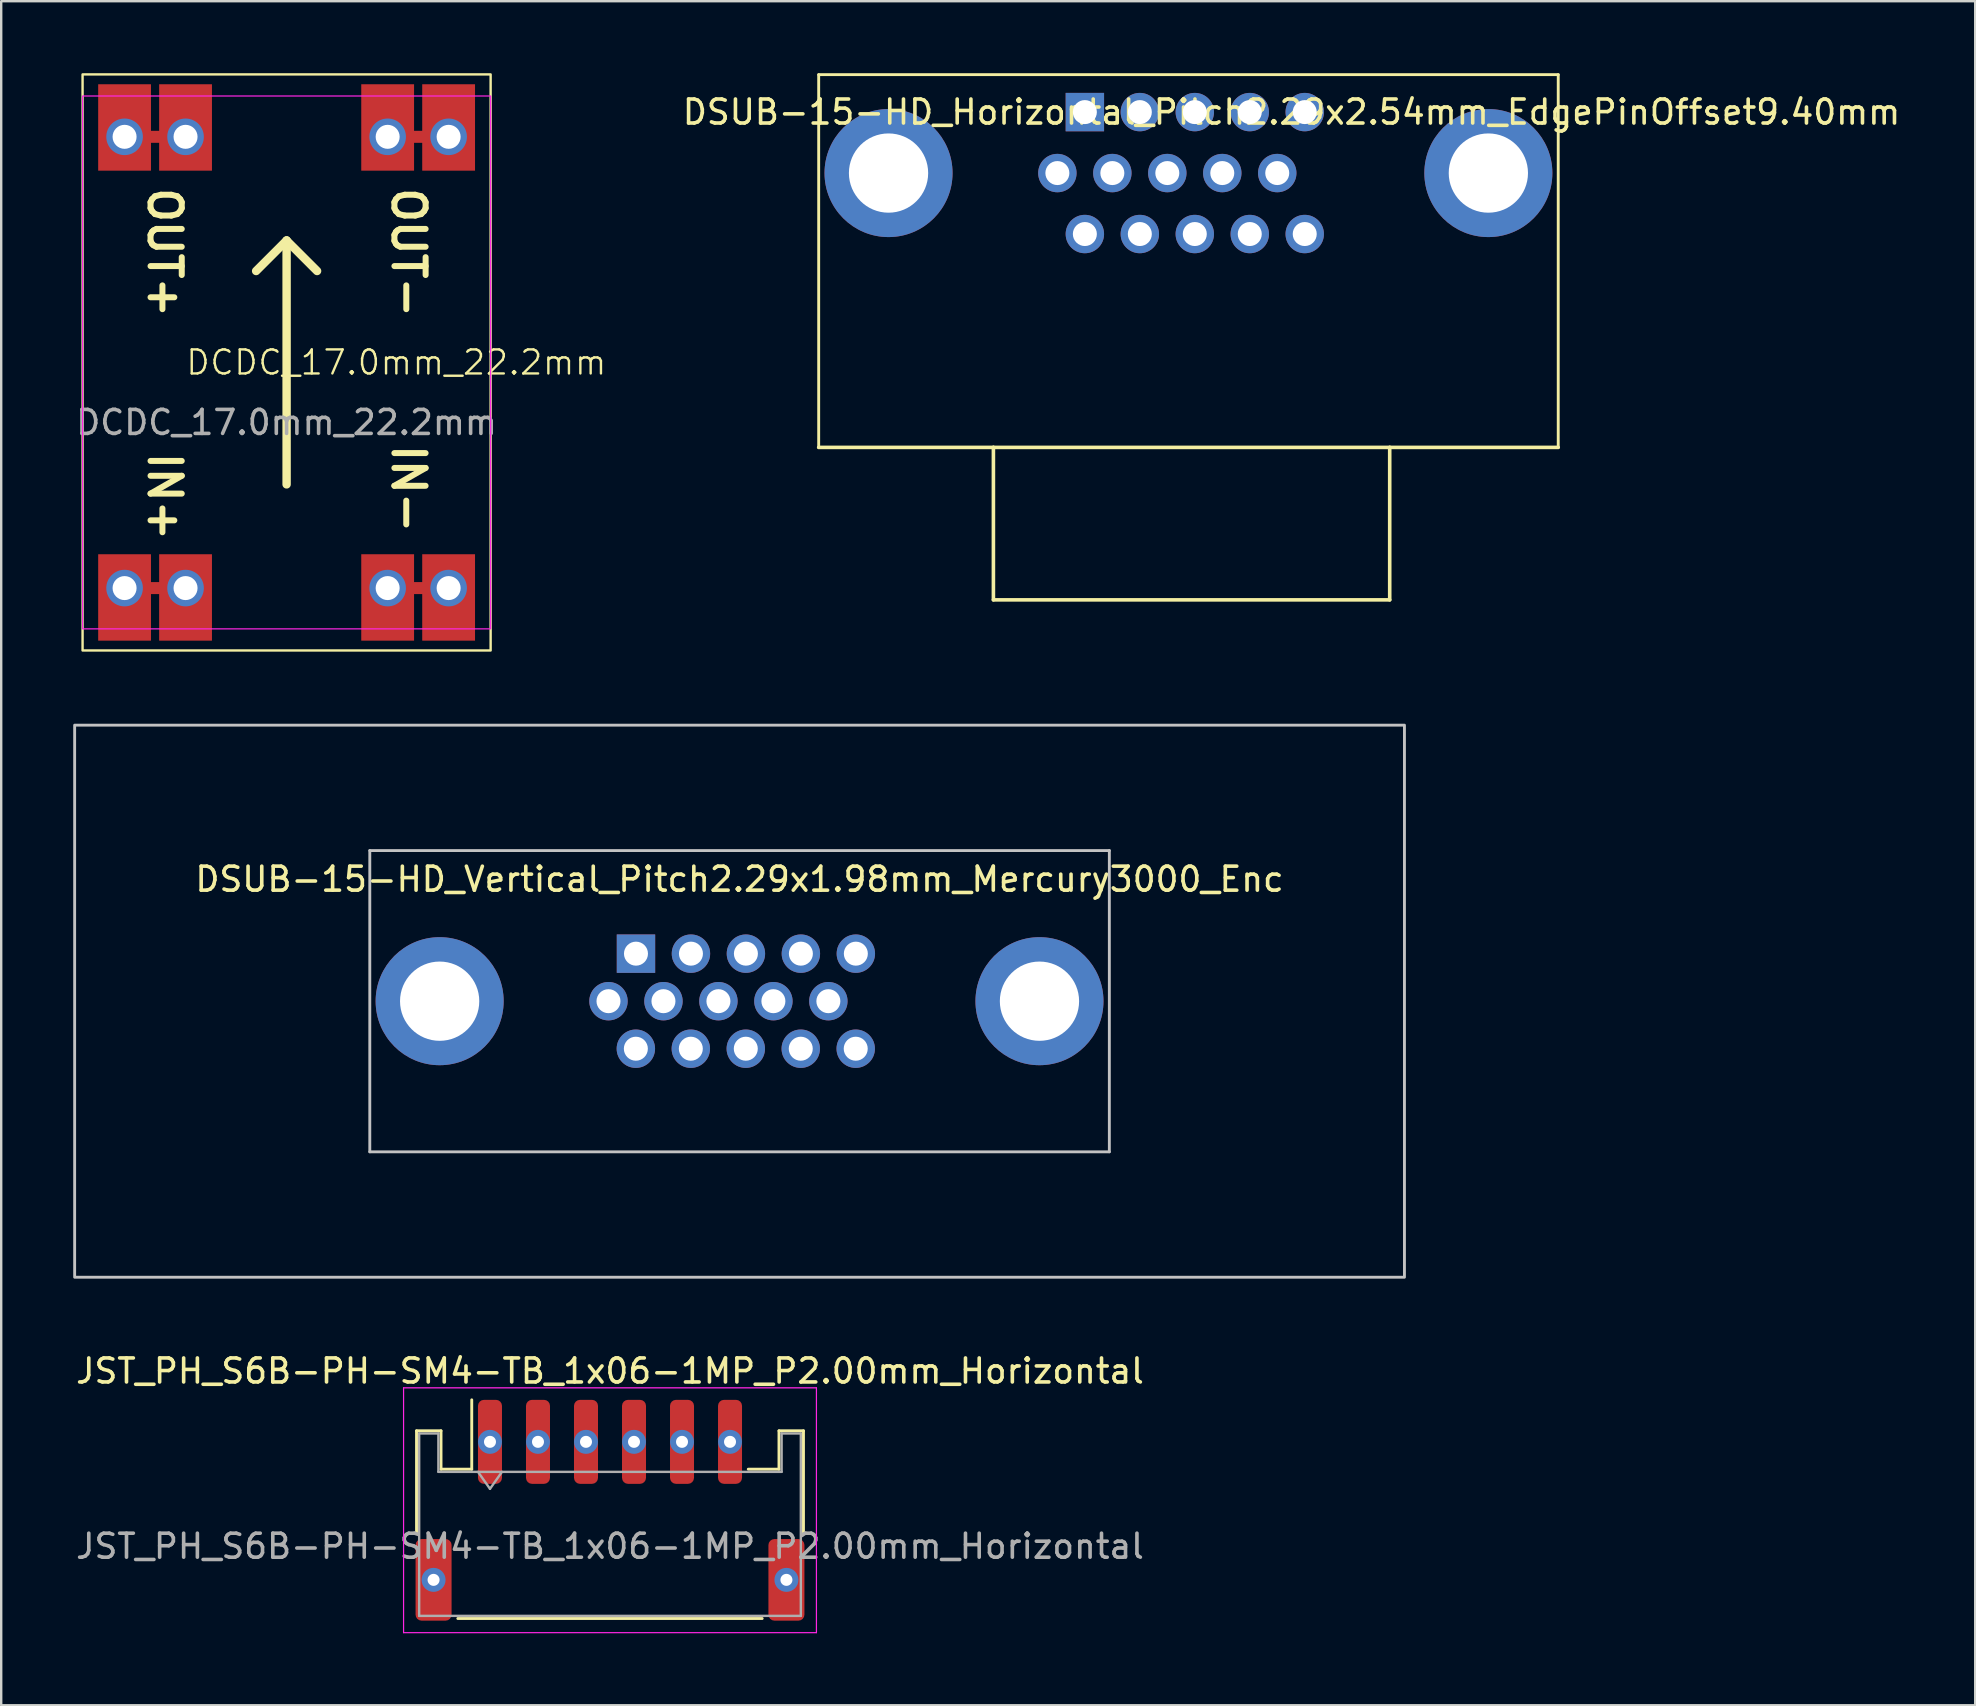
<source format=kicad_pcb>
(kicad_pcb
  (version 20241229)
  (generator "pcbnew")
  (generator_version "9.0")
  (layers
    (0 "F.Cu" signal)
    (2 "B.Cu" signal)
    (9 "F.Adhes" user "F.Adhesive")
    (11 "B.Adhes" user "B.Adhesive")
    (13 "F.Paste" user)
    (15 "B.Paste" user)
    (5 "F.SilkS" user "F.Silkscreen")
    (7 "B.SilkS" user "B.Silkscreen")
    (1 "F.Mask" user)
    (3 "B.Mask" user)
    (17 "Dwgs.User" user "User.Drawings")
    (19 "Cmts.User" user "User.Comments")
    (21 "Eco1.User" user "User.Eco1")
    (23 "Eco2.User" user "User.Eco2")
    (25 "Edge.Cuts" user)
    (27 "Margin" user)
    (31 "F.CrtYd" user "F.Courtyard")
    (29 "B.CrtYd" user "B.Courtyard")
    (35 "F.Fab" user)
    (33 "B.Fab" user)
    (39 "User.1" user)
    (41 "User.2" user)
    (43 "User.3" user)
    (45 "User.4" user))
  (footprint "DSUB-15-HD_Horizontal_Pitch2.29x2.54mm_EdgePinOffset9.40mm"
    (layer "F.Cu")
    (at 46.441 4.16)
    (property "Reference" "DSUB-15-HD_Horizontal_Pitch2.29x2.54mm_EdgePinOffset9.40mm" (at 4.315 -2.54 0) (layer "F.SilkS") (effects (font (size 1 1) (thickness 0.15))))
    (attr through_hole)
    (fp_line (start -15.384 -4.1) (end 15.426 -4.1) (stroke (width 0.12) (type solid)) (layer "F.SilkS"))
    (fp_line (start -15.384 11.43) (end -15.384 -4.1) (stroke (width 0.12) (type solid)) (layer "F.SilkS"))
    (fp_line (start -15.384 11.43) (end -8.105 11.43) (stroke (width 0.15) (type solid)) (layer "F.SilkS"))
    (fp_line (start -8.105 11.43) (end -8.105 17.78) (stroke (width 0.15) (type solid)) (layer "F.SilkS"))
    (fp_line (start -8.105 11.43) (end 8.405 11.43) (stroke (width 0.15) (type solid)) (layer "F.SilkS"))
    (fp_line (start -8.105 17.78) (end 8.405 17.78) (stroke (width 0.15) (type solid)) (layer "F.SilkS"))
    (fp_line (start 8.405 11.43) (end 15.426 11.43) (stroke (width 0.15) (type solid)) (layer "F.SilkS"))
    (fp_line (start 8.405 17.78) (end 8.405 11.43) (stroke (width 0.15) (type solid)) (layer "F.SilkS"))
    (fp_line (start 15.426 -4.1) (end 15.426 11.43) (stroke (width 0.12) (type solid)) (layer "F.SilkS"))
    (pad "" thru_hole circle (at -12.474 0) (size 5.334 5.334) (drill 3.302) (layers "*.Cu" "*.Mask"))
    (pad "" thru_hole circle (at 12.515 0) (size 5.334 5.334) (drill 3.302) (layers "*.Cu" "*.Mask"))
    (pad "1" thru_hole rect (at -4.295 -2.54) (size 1.6 1.6) (drill 1) (layers "*.Cu" "*.Mask"))
    (pad "2" thru_hole circle (at -2.005 -2.54) (size 1.6 1.6) (drill 1) (layers "*.Cu" "*.Mask"))
    (pad "3" thru_hole circle (at 0.285 -2.54) (size 1.6 1.6) (drill 1) (layers "*.Cu" "*.Mask"))
    (pad "4" thru_hole circle (at 2.575 -2.54) (size 1.6 1.6) (drill 1) (layers "*.Cu" "*.Mask"))
    (pad "5" thru_hole circle (at 4.865 -2.54) (size 1.6 1.6) (drill 1) (layers "*.Cu" "*.Mask"))
    (pad "6" thru_hole circle (at -5.44 0) (size 1.6 1.6) (drill 1) (layers "*.Cu" "*.Mask"))
    (pad "7" thru_hole circle (at -3.15 0) (size 1.6 1.6) (drill 1) (layers "*.Cu" "*.Mask"))
    (pad "8" thru_hole circle (at -0.86 0) (size 1.6 1.6) (drill 1) (layers "*.Cu" "*.Mask"))
    (pad "9" thru_hole circle (at 1.43 0) (size 1.6 1.6) (drill 1) (layers "*.Cu" "*.Mask"))
    (pad "10" thru_hole circle (at 3.72 0) (size 1.6 1.6) (drill 1) (layers "*.Cu" "*.Mask"))
    (pad "11" thru_hole circle (at -4.295 2.54) (size 1.6 1.6) (drill 1) (layers "*.Cu" "*.Mask"))
    (pad "12" thru_hole circle (at -2.005 2.54) (size 1.6 1.6) (drill 1) (layers "*.Cu" "*.Mask"))
    (pad "13" thru_hole circle (at 0.285 2.54) (size 1.6 1.6) (drill 1) (layers "*.Cu" "*.Mask"))
    (pad "14" thru_hole circle (at 2.575 2.54) (size 1.6 1.6) (drill 1) (layers "*.Cu" "*.Mask"))
    (pad "15" thru_hole circle (at 4.865 2.54) (size 1.6 1.6) (drill 1) (layers "*.Cu" "*.Mask")))
  (footprint "DSUB-15-HD_Vertical_Pitch2.29x1.98mm_Mercury3000_Enc"
    (layer "F.Cu")
    (at 27.76 38.66)
    (property "Reference" "DSUB-15-HD_Vertical_Pitch2.29x1.98mm_Mercury3000_Enc" (at 0 -5.08 0) (layer "F.SilkS") (effects (font (size 1 1) (thickness 0.15))))
    (attr through_hole)
    (fp_line (start -15.404 -6.275) (end 15.406 -6.275) (stroke (width 0.12) (type solid)) (layer "Dwgs.User"))
    (fp_line (start -15.404 6.275) (end -15.404 -6.275) (stroke (width 0.12) (type solid)) (layer "Dwgs.User"))
    (fp_line (start -15.404 6.275) (end 15.406 6.275) (stroke (width 0.12) (type solid)) (layer "Dwgs.User"))
    (fp_line (start 15.406 -6.275) (end 15.406 6.275) (stroke (width 0.12) (type solid)) (layer "Dwgs.User"))
    (fp_rect (start -27.7 -11.5) (end 27.7 11.5) (stroke (width 0.12) (type default)) (fill no) (layer "Dwgs.User"))
    (pad "" thru_hole circle (at -12.494 0) (size 5.334 5.334) (drill 3.302) (layers "*.Cu" "*.Mask"))
    (pad "" thru_hole circle (at 12.495 0) (size 5.334 5.334) (drill 3.302) (layers "*.Cu" "*.Mask"))
    (pad "1" thru_hole rect (at -4.315 -1.98) (size 1.6 1.6) (drill 1) (layers "*.Cu" "*.Mask"))
    (pad "2" thru_hole circle (at -2.025 -1.98) (size 1.6 1.6) (drill 1) (layers "*.Cu" "*.Mask"))
    (pad "3" thru_hole circle (at 0.265 -1.98) (size 1.6 1.6) (drill 1) (layers "*.Cu" "*.Mask"))
    (pad "4" thru_hole circle (at 2.555 -1.98) (size 1.6 1.6) (drill 1) (layers "*.Cu" "*.Mask"))
    (pad "5" thru_hole circle (at 4.845 -1.98) (size 1.6 1.6) (drill 1) (layers "*.Cu" "*.Mask"))
    (pad "6" thru_hole circle (at -5.46 0) (size 1.6 1.6) (drill 1) (layers "*.Cu" "*.Mask"))
    (pad "7" thru_hole circle (at -3.17 0) (size 1.6 1.6) (drill 1) (layers "*.Cu" "*.Mask"))
    (pad "8" thru_hole circle (at -0.88 0) (size 1.6 1.6) (drill 1) (layers "*.Cu" "*.Mask"))
    (pad "9" thru_hole circle (at 1.41 0) (size 1.6 1.6) (drill 1) (layers "*.Cu" "*.Mask"))
    (pad "10" thru_hole circle (at 3.7 0) (size 1.6 1.6) (drill 1) (layers "*.Cu" "*.Mask"))
    (pad "11" thru_hole circle (at -4.32 1.98) (size 1.6 1.6) (drill 1) (layers "*.Cu" "*.Mask"))
    (pad "12" thru_hole circle (at -2.03 1.98) (size 1.6 1.6) (drill 1) (layers "*.Cu" "*.Mask"))
    (pad "13" thru_hole circle (at 0.26 1.98) (size 1.6 1.6) (drill 1) (layers "*.Cu" "*.Mask"))
    (pad "14" thru_hole circle (at 2.55 1.98) (size 1.6 1.6) (drill 1) (layers "*.Cu" "*.Mask"))
    (pad "15" thru_hole circle (at 4.84 1.98) (size 1.6 1.6) (drill 1) (layers "*.Cu" "*.Mask")))
  (footprint "DCDC_17.0mm_22.2mm"
    (layer "F.Cu")
    (at 8.89 12.05)
    (property "Reference" "DCDC_17.0mm_22.2mm" (at 4.572 0 0) (unlocked yes) (layer "F.SilkS") (effects (font (size 1 1) (thickness 0.1))))
    (fp_line (start 0 -5.08) (end -1.27 -3.81) (stroke (width 0.35) (type default)) (layer "F.SilkS"))
    (fp_line (start 0 5.08) (end 0 -5.08) (stroke (width 0.35) (type default)) (layer "F.SilkS"))
    (fp_line (start 1.27 -3.81) (end 0 -5.08) (stroke (width 0.35) (type default)) (layer "F.SilkS"))
    (fp_rect (start -8.5 -12) (end 8.5 12) (stroke (width 0.1) (type default)) (fill no) (layer "F.SilkS"))
    (fp_rect (start -8.5 -11.1) (end 8.5 11.1) (stroke (width 0.05) (type default)) (fill no) (layer "F.CrtYd"))
    (fp_text user "OUT+" (at -5.08 -4.572 270) (unlocked yes) (layer "F.SilkS") (effects (font (size 1.3 1.3) (thickness 0.25) (bold yes))))
    (fp_text user "OUT-" (at 5.08 -4.572 270) (unlocked yes) (layer "F.SilkS") (effects (font (size 1.3 1.3) (thickness 0.25) (bold yes))))
    (fp_text user "IN+" (at -5.08 5.588 270) (unlocked yes) (layer "F.SilkS") (effects (font (size 1.3 1.3) (thickness 0.25) (bold yes))))
    (fp_text user "IN-" (at 4.318 3.302 270) (unlocked yes) (layer "F.SilkS") (effects (font (size 1.3 1.3) (thickness 0.25) (bold yes)) (justify left bottom)))
    (fp_text user "${REFERENCE}" (at 0 2.5 0) (unlocked yes) (layer "F.Fab") (effects (font (size 1 1) (thickness 0.15))))
    (pad "1" smd rect (at 4.21 8.89 180) (size 2.2 3.6) (drill (offset 0 -0.9)) (layers "F.Cu" "F.Mask" "F.Paste"))
    (pad "1" thru_hole circle (at 4.21 9.4) (size 1.524 1.524) (drill 1) (layers "*.Cu" "*.Mask"))
    (pad "1" smd rect (at 5.08 9.4) (size 2.54 0.5) (layers "F.Cu"))
    (pad "1" smd rect (at 6.75 8.89 180) (size 2.2 3.6) (drill (offset 0 -0.9)) (layers "F.Cu" "F.Mask" "F.Paste"))
    (pad "1" thru_hole circle (at 6.75 9.4) (size 1.524 1.524) (drill 1) (layers "*.Cu" "*.Mask"))
    (pad "2" smd rect (at -6.75 8.89 180) (size 2.2 3.6) (drill (offset 0 -0.9)) (layers "F.Cu" "F.Mask" "F.Paste"))
    (pad "2" thru_hole circle (at -6.75 9.4) (size 1.524 1.524) (drill 1) (layers "*.Cu" "*.Mask"))
    (pad "2" smd rect (at -5.08 9.4) (size 2.54 0.5) (layers "F.Cu"))
    (pad "2" smd rect (at -4.21 8.89 180) (size 2.2 3.6) (drill (offset 0 -0.9)) (layers "F.Cu" "F.Mask" "F.Paste"))
    (pad "2" thru_hole circle (at -4.21 9.4) (size 1.524 1.524) (drill 1) (layers "*.Cu" "*.Mask"))
    (pad "3" thru_hole circle (at 4.21 -9.4) (size 1.524 1.524) (drill 1) (layers "*.Cu" "*.Mask"))
    (pad "3" smd rect (at 4.21 -8.89) (size 2.2 3.6) (drill (offset 0 -0.9)) (layers "F.Cu" "F.Mask" "F.Paste"))
    (pad "3" smd rect (at 5.08 -9.4) (size 2.54 0.5) (layers "F.Cu"))
    (pad "3" thru_hole circle (at 6.75 -9.4) (size 1.524 1.524) (drill 1) (layers "*.Cu" "*.Mask"))
    (pad "3" smd rect (at 6.75 -8.89) (size 2.2 3.6) (drill (offset 0 -0.9)) (layers "F.Cu" "F.Mask" "F.Paste"))
    (pad "4" thru_hole circle (at -6.75 -9.4) (size 1.524 1.524) (drill 1) (layers "*.Cu" "*.Mask"))
    (pad "4" smd rect (at -6.75 -8.89) (size 2.2 3.6) (drill (offset 0 -0.9)) (layers "F.Cu" "F.Mask" "F.Paste"))
    (pad "4" smd rect (at -5.08 -9.4) (size 2.54 0.5) (layers "F.Cu"))
    (pad "4" thru_hole circle (at -4.21 -9.4) (size 1.524 1.524) (drill 1) (layers "*.Cu" "*.Mask"))
    (pad "4" smd rect (at -4.21 -8.89) (size 2.2 3.6) (drill (offset 0 -0.9)) (layers "F.Cu" "F.Mask" "F.Paste"))
    (zone (net_name "") (layer "F.Cu") (hatch edge 0.5) (connect_pads) (min_thickness 0.25) (filled_areas_thickness no) (keepout (tracks allowed) (vias allowed) (pads allowed) (copperpour not_allowed) (footprints allowed)) (placement (enabled no)) (fill) (polygon (pts (xy 0 0.62) (xy 17.78 0.62) (xy 17.78 23.48) (xy 0 23.48)))))
  (footprint "JST_PH_S6B-PH-SM4-TB_1x06-1MP_P2.00mm_Horizontal"
    (layer "F.Cu")
    (at 22.363 59.868)
    (property "Reference" "JST_PH_S6B-PH-SM4-TB_1x06-1MP_P2.00mm_Horizontal" (at 0 -5.8 0) (layer "F.SilkS") (effects (font (size 1 1) (thickness 0.15))))
    (fp_line (start -8.06 -3.31) (end -7.04 -3.31) (stroke (width 0.12) (type solid)) (layer "F.SilkS"))
    (fp_line (start -8.06 0.94) (end -8.06 -3.31) (stroke (width 0.12) (type solid)) (layer "F.SilkS"))
    (fp_line (start -7.04 -3.31) (end -7.04 -1.71) (stroke (width 0.12) (type solid)) (layer "F.SilkS"))
    (fp_line (start -7.04 -1.71) (end -5.76 -1.71) (stroke (width 0.12) (type solid)) (layer "F.SilkS"))
    (fp_line (start -6.34 4.51) (end 6.34 4.51) (stroke (width 0.12) (type solid)) (layer "F.SilkS"))
    (fp_line (start -5.76 -1.71) (end -5.76 -4.6) (stroke (width 0.12) (type solid)) (layer "F.SilkS"))
    (fp_line (start 7.04 -3.31) (end 7.04 -1.71) (stroke (width 0.12) (type solid)) (layer "F.SilkS"))
    (fp_line (start 7.04 -1.71) (end 5.76 -1.71) (stroke (width 0.12) (type solid)) (layer "F.SilkS"))
    (fp_line (start 8.06 -3.31) (end 7.04 -3.31) (stroke (width 0.12) (type solid)) (layer "F.SilkS"))
    (fp_line (start 8.06 0.94) (end 8.06 -3.31) (stroke (width 0.12) (type solid)) (layer "F.SilkS"))
    (fp_line (start -8.6 -5.1) (end -8.6 5.1) (stroke (width 0.05) (type solid)) (layer "F.CrtYd"))
    (fp_line (start -8.6 5.1) (end 8.6 5.1) (stroke (width 0.05) (type solid)) (layer "F.CrtYd"))
    (fp_line (start 8.6 -5.1) (end -8.6 -5.1) (stroke (width 0.05) (type solid)) (layer "F.CrtYd"))
    (fp_line (start 8.6 5.1) (end 8.6 -5.1) (stroke (width 0.05) (type solid)) (layer "F.CrtYd"))
    (fp_line (start -7.95 -3.2) (end -7.95 4.4) (stroke (width 0.1) (type solid)) (layer "F.Fab"))
    (fp_line (start -7.95 -3.2) (end -7.15 -3.2) (stroke (width 0.1) (type solid)) (layer "F.Fab"))
    (fp_line (start -7.95 4.4) (end 7.95 4.4) (stroke (width 0.1) (type solid)) (layer "F.Fab"))
    (fp_line (start -7.15 -3.2) (end -7.15 -1.6) (stroke (width 0.1) (type solid)) (layer "F.Fab"))
    (fp_line (start -7.15 -1.6) (end 7.15 -1.6) (stroke (width 0.1) (type solid)) (layer "F.Fab"))
    (fp_line (start -5.5 -1.6) (end -5 -0.893) (stroke (width 0.1) (type solid)) (layer "F.Fab"))
    (fp_line (start -5 -0.893) (end -4.5 -1.6) (stroke (width 0.1) (type solid)) (layer "F.Fab"))
    (fp_line (start 7.15 -3.2) (end 7.95 -3.2) (stroke (width 0.1) (type solid)) (layer "F.Fab"))
    (fp_line (start 7.15 -1.6) (end 7.15 -3.2) (stroke (width 0.1) (type solid)) (layer "F.Fab"))
    (fp_line (start 7.95 -3.2) (end 7.95 4.4) (stroke (width 0.1) (type solid)) (layer "F.Fab"))
    (fp_text user "${REFERENCE}" (at 0 1.5 0) (layer "F.Fab") (effects (font (size 1 1) (thickness 0.15))))
    (pad "1" thru_hole circle (at -5 -2.85) (size 1 1) (drill 0.5) (layers "*.Cu" "*.Mask"))
    (pad "1" smd roundrect (at -5 -2.85) (size 1 3.5) (layers "F.Cu" "F.Mask" "F.Paste") (roundrect_rratio 0.25))
    (pad "2" thru_hole circle (at -3 -2.85) (size 1 1) (drill 0.5) (layers "*.Cu" "*.Mask"))
    (pad "2" smd roundrect (at -3 -2.85) (size 1 3.5) (layers "F.Cu" "F.Mask" "F.Paste") (roundrect_rratio 0.25))
    (pad "3" thru_hole circle (at -1 -2.85) (size 1 1) (drill 0.5) (layers "*.Cu" "*.Mask"))
    (pad "3" smd roundrect (at -1 -2.85) (size 1 3.5) (layers "F.Cu" "F.Mask" "F.Paste") (roundrect_rratio 0.25))
    (pad "4" thru_hole circle (at 1 -2.85) (size 1 1) (drill 0.5) (layers "*.Cu" "*.Mask"))
    (pad "4" smd roundrect (at 1 -2.85) (size 1 3.5) (layers "F.Cu" "F.Mask" "F.Paste") (roundrect_rratio 0.25))
    (pad "5" thru_hole circle (at 3 -2.85) (size 1 1) (drill 0.5) (layers "*.Cu" "*.Mask"))
    (pad "5" smd roundrect (at 3 -2.85) (size 1 3.5) (layers "F.Cu" "F.Mask" "F.Paste") (roundrect_rratio 0.25))
    (pad "6" thru_hole circle (at 5 -2.85) (size 1 1) (drill 0.5) (layers "*.Cu" "*.Mask"))
    (pad "6" smd roundrect (at 5 -2.85) (size 1 3.5) (layers "F.Cu" "F.Mask" "F.Paste") (roundrect_rratio 0.25))
    (pad "MP" thru_hole circle (at -7.35 2.9) (size 1 1) (drill 0.5) (layers "*.Cu" "*.Mask"))
    (pad "MP" smd roundrect (at -7.35 2.9) (size 1.5 3.4) (layers "F.Cu" "F.Mask" "F.Paste") (roundrect_rratio 0.167))
    (pad "MP" thru_hole circle (at 7.35 2.9) (size 1 1) (drill 0.5) (layers "*.Cu" "*.Mask"))
    (pad "MP" smd roundrect (at 7.35 2.9) (size 1.5 3.4) (layers "F.Cu" "F.Mask" "F.Paste") (roundrect_rratio 0.167)))
  (gr_rect
    (start -3 -3)
    (end 79.238 67.993)
    (stroke (width 0.1) (type default))
    (fill no)
    (layer "Edge.Cuts")))
</source>
